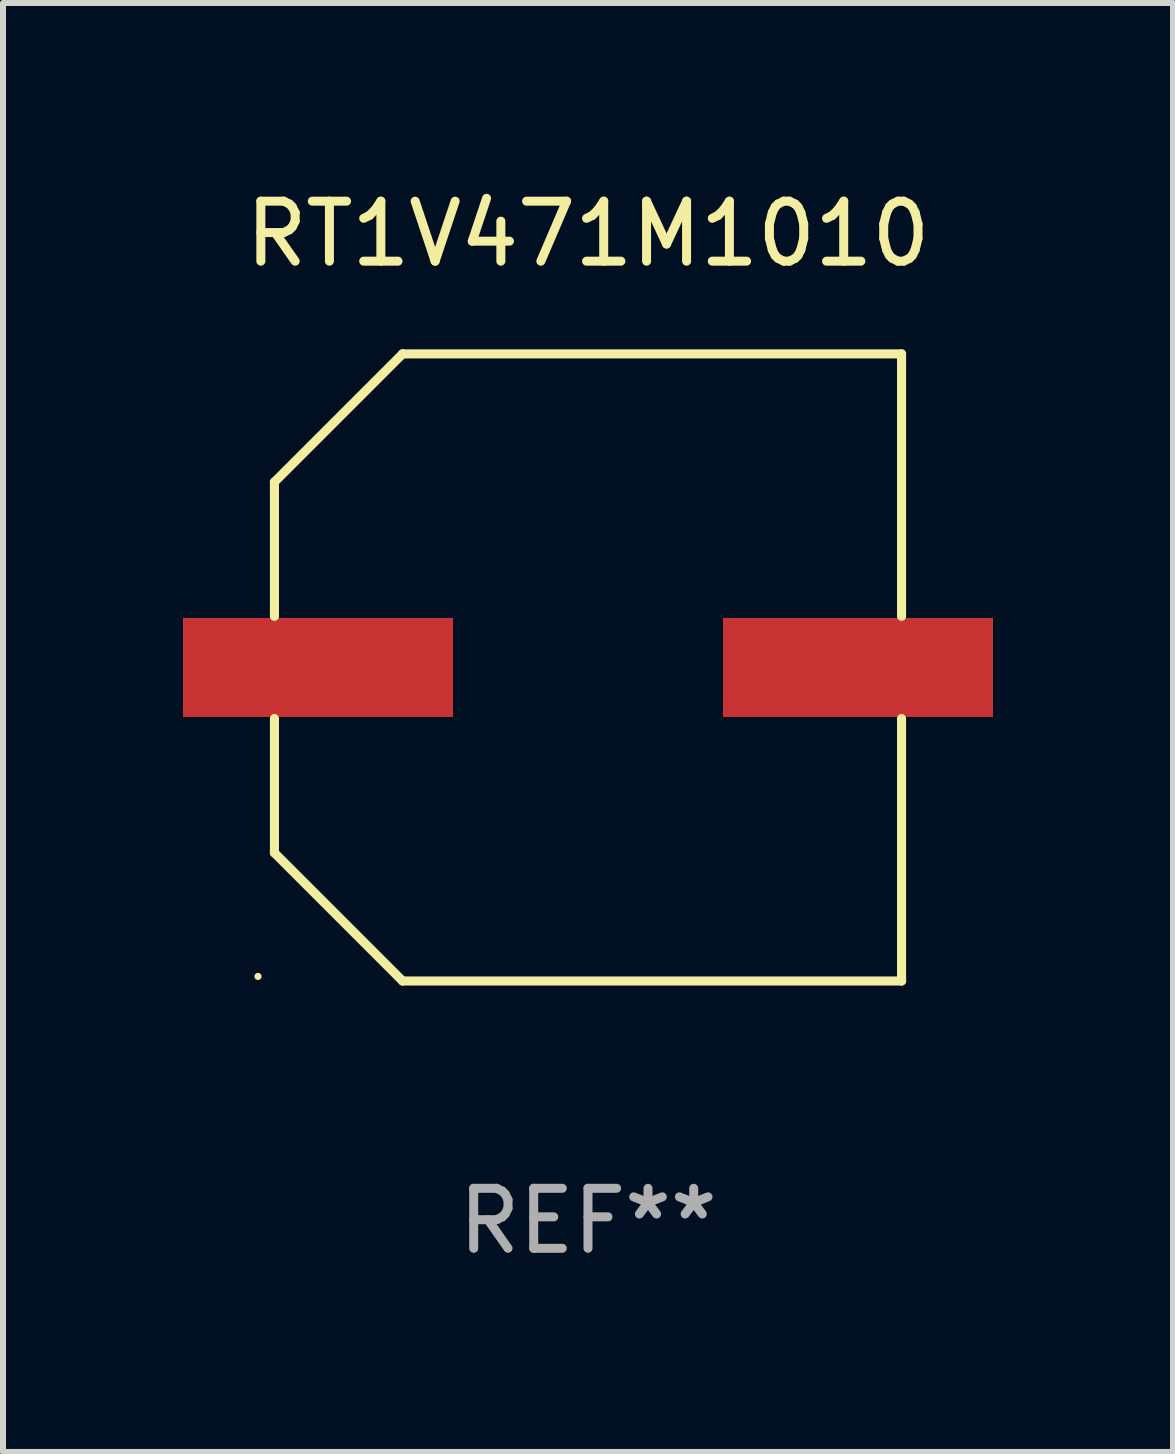
<source format=kicad_pcb>
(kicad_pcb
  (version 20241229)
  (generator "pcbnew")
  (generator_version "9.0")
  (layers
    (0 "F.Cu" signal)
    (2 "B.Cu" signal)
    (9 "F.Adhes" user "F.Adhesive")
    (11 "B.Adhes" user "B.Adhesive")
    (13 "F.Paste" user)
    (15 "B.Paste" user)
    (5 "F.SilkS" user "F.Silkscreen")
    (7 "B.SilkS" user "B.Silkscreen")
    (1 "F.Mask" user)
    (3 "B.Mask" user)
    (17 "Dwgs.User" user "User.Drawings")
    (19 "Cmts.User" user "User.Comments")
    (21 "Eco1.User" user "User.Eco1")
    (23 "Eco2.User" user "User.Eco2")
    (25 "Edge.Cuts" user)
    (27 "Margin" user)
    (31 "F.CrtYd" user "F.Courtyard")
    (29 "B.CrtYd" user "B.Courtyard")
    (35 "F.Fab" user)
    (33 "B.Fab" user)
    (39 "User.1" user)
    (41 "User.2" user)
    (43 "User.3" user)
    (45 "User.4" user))
  (footprint "RT1V471M1010"
    (layer "F.Cu")
    (at 6.75 8.074)
    (property "Reference" "RT1V471M1010" (at 0 -7.226 0) (layer "F.SilkS") (effects (font (size 1 1) (thickness 0.15))))
    (attr through_hole)
    (fp_line (start -5.226 -3.09) (end -5.226 -0.852) (stroke (width 0.152) (type solid)) (layer "F.SilkS"))
    (fp_line (start -5.226 3.09) (end -5.226 0.852) (stroke (width 0.152) (type solid)) (layer "F.SilkS"))
    (fp_line (start -3.09 -5.226) (end -5.226 -3.09) (stroke (width 0.152) (type solid)) (layer "F.SilkS"))
    (fp_line (start -3.09 5.226) (end -5.226 3.09) (stroke (width 0.152) (type solid)) (layer "F.SilkS"))
    (fp_line (start 5.226 -5.226) (end -3.09 -5.226) (stroke (width 0.152) (type solid)) (layer "F.SilkS"))
    (fp_line (start 5.226 -0.852) (end 5.226 -5.226) (stroke (width 0.152) (type solid)) (layer "F.SilkS"))
    (fp_line (start 5.226 0.852) (end 5.226 5.226) (stroke (width 0.152) (type solid)) (layer "F.SilkS"))
    (fp_line (start 5.226 5.226) (end -3.09 5.226) (stroke (width 0.152) (type solid)) (layer "F.SilkS"))
    (fp_circle (center -5.5 5.15) (end -5.47 5.15) (stroke (width 0.06) (type solid)) (fill no) (layer "F.SilkS"))
    (fp_text user "REF**" (at 0 9.226 0) (layer "F.Fab") (effects (font (size 1 1) (thickness 0.15))))
    (pad "1" smd rect (at -4.5 -0.000025) (size 4.5 1.65) (layers "F.Cu" "F.Mask" "F.Paste"))
    (pad "2" smd rect (at 4.5 -0.000025) (size 4.5 1.65) (layers "F.Cu" "F.Mask" "F.Paste")))
  (gr_rect
    (start -3 -3)
    (end 16.5 21.149)
    (stroke (width 0.1) (type default))
    (fill no)
    (layer "Edge.Cuts")))
</source>
